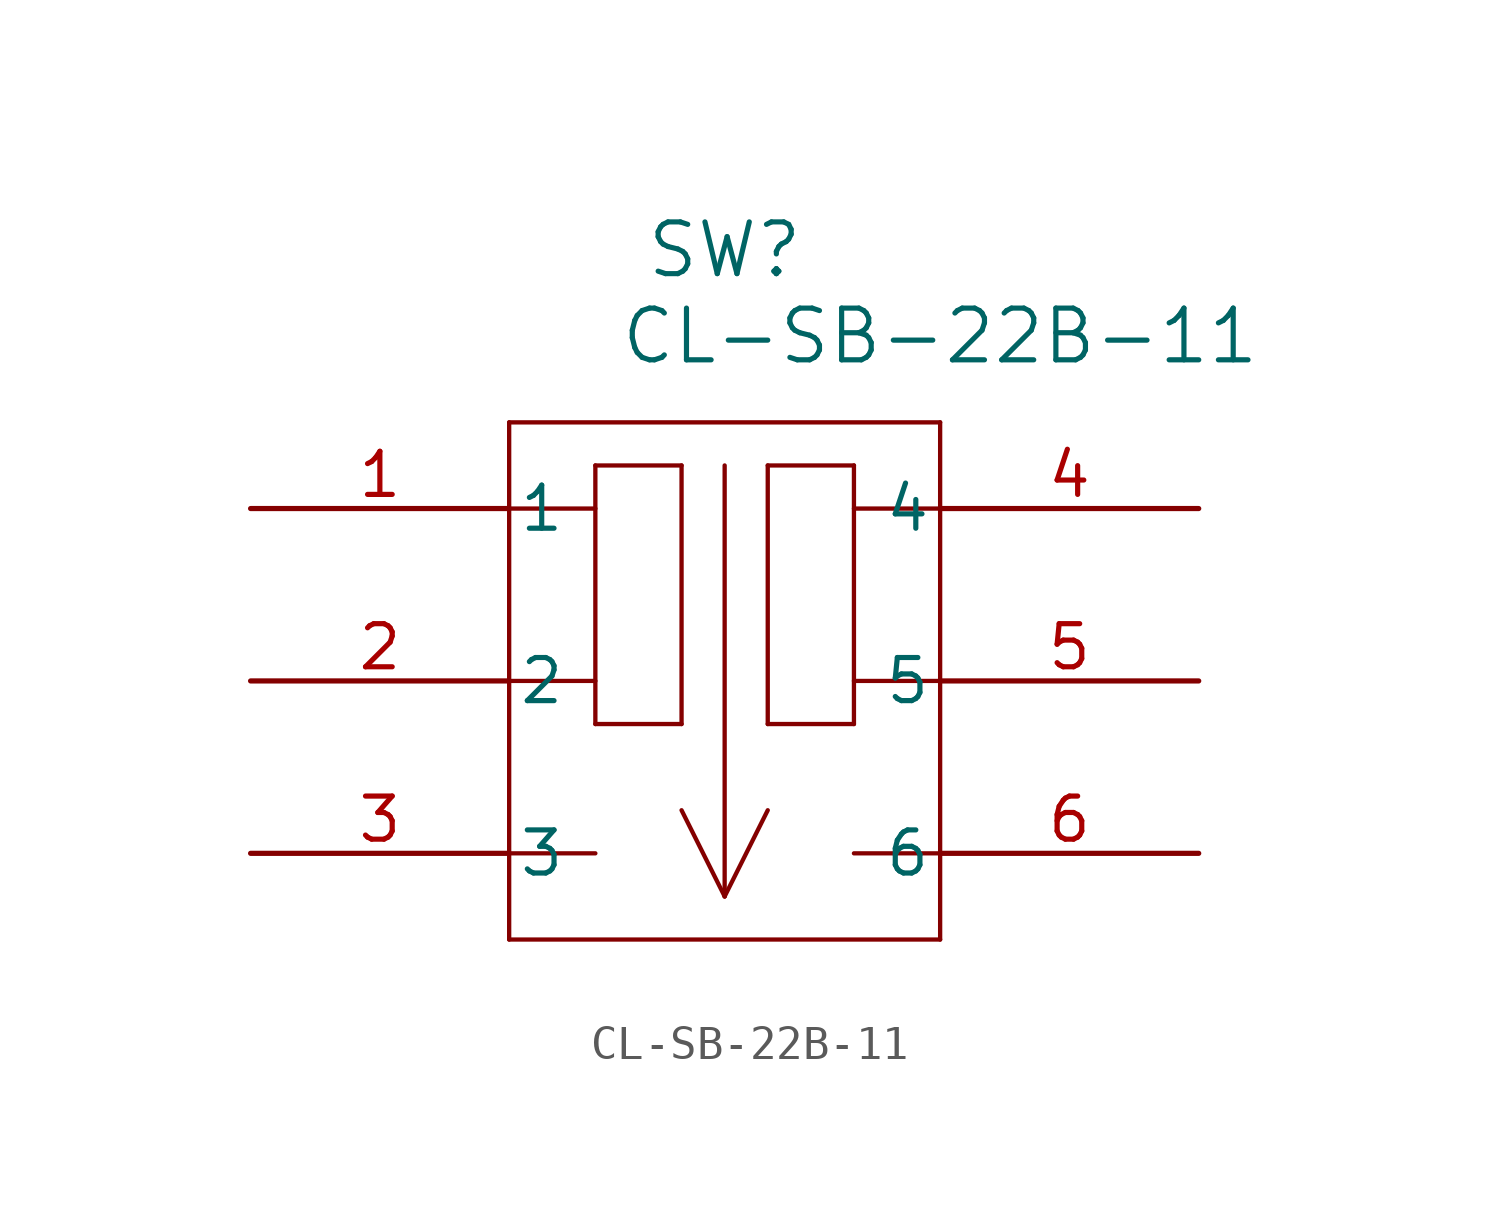
<source format=kicad_sym>
(kicad_symbol_lib
  (version 20211014)
  (generator kicad_symbol_editor)
  (symbol "CL-SB-22B-11"
    (pin_names
      (offset 0.254))
    (property "Reference" "SW"
      (at 13.97 7.62 0)
      (effects (font (size 1.524 1.524))))
    (property "Value" "CL-SB-22B-11"
      (at 20.32 5.08 0)
      (effects (font (size 1.524 1.524))))
    (polyline
      (pts (xy 7.62 2.54) (xy 7.62 -12.7))
      (stroke (width 0.127) (type default) (color 0 0 0 0))
      (fill (type none)))
    (polyline
      (pts (xy 7.62 -12.7) (xy 20.32 -12.7))
      (stroke (width 0.127) (type default) (color 0 0 0 0))
      (fill (type none)))
    (polyline
      (pts (xy 20.32 -12.7) (xy 20.32 2.54))
      (stroke (width 0.127) (type default) (color 0 0 0 0))
      (fill (type none)))
    (polyline
      (pts (xy 20.32 2.54) (xy 7.62 2.54))
      (stroke (width 0.127) (type default) (color 0 0 0 0))
      (fill (type none)))
    (polyline
      (pts (xy 7.62 0) (xy 10.16 0))
      (stroke (width 0.127) (type default) (color 0 0 0 0))
      (fill (type none)))
    (polyline
      (pts (xy 20.32 0) (xy 17.78 0))
      (stroke (width 0.127) (type default) (color 0 0 0 0))
      (fill (type none)))
    (polyline
      (pts (xy 20.32 -5.08) (xy 17.78 -5.08))
      (stroke (width 0.127) (type default) (color 0 0 0 0))
      (fill (type none)))
    (polyline
      (pts (xy 7.62 -5.08) (xy 10.16 -5.08))
      (stroke (width 0.127) (type default) (color 0 0 0 0))
      (fill (type none)))
    (polyline
      (pts (xy 10.16 1.27) (xy 10.16 -6.35))
      (stroke (width 0.127) (type default) (color 0 0 0 0))
      (fill (type none)))
    (polyline
      (pts (xy 10.16 -6.35) (xy 12.7 -6.35))
      (stroke (width 0.127) (type default) (color 0 0 0 0))
      (fill (type none)))
    (polyline
      (pts (xy 12.7 1.27) (xy 12.7 -6.35))
      (stroke (width 0.127) (type default) (color 0 0 0 0))
      (fill (type none)))
    (polyline
      (pts (xy 10.16 1.27) (xy 12.7 1.27))
      (stroke (width 0.127) (type default) (color 0 0 0 0))
      (fill (type none)))
    (polyline
      (pts (xy 15.24 1.27) (xy 15.24 -6.35))
      (stroke (width 0.127) (type default) (color 0 0 0 0))
      (fill (type none)))
    (polyline
      (pts (xy 15.24 -6.35) (xy 17.78 -6.35))
      (stroke (width 0.127) (type default) (color 0 0 0 0))
      (fill (type none)))
    (polyline
      (pts (xy 17.78 1.27) (xy 17.78 -6.35))
      (stroke (width 0.127) (type default) (color 0 0 0 0))
      (fill (type none)))
    (polyline
      (pts (xy 15.24 1.27) (xy 17.78 1.27))
      (stroke (width 0.127) (type default) (color 0 0 0 0))
      (fill (type none)))
    (polyline
      (pts (xy 13.97 1.27) (xy 13.97 -11.43))
      (stroke (width 0.127) (type default) (color 0 0 0 0))
      (fill (type none)))
    (polyline
      (pts (xy 12.7 -8.89) (xy 13.97 -11.43))
      (stroke (width 0.127) (type default) (color 0 0 0 0))
      (fill (type none)))
    (polyline
      (pts (xy 15.24 -8.89) (xy 13.97 -11.43))
      (stroke (width 0.127) (type default) (color 0 0 0 0))
      (fill (type none)))
    (polyline
      (pts (xy 7.62 -10.16) (xy 10.16 -10.16))
      (stroke (width 0.127) (type default) (color 0 0 0 0))
      (fill (type none)))
    (polyline
      (pts (xy 17.78 -10.16) (xy 20.32 -10.16))
      (stroke (width 0.127) (type default) (color 0 0 0 0))
      (fill (type none)))
    (pin unspecified line
      (at 0 0 0)
      (length 7.62)
      (name "1" (effects (font (size 1.27 1.27))))
      (number "1" (effects (font (size 1.27 1.27)))))
    (pin unspecified line
      (at 0 -5.08 0)
      (length 7.62)
      (name "2" (effects (font (size 1.27 1.27))))
      (number "2" (effects (font (size 1.27 1.27)))))
    (pin unspecified line
      (at 0 -10.16 0)
      (length 7.62)
      (name "3" (effects (font (size 1.27 1.27))))
      (number "3" (effects (font (size 1.27 1.27)))))
    (pin unspecified line
      (at 27.94 0 180)
      (length 7.62)
      (name "4" (effects (font (size 1.27 1.27))))
      (number "4" (effects (font (size 1.27 1.27)))))
    (pin unspecified line
      (at 27.94 -5.08 180)
      (length 7.62)
      (name "5" (effects (font (size 1.27 1.27))))
      (number "5" (effects (font (size 1.27 1.27)))))
    (pin unspecified line
      (at 27.94 -10.16 180)
      (length 7.62)
      (name "6" (effects (font (size 1.27 1.27))))
      (number "6" (effects (font (size 1.27 1.27)))))))
</source>
